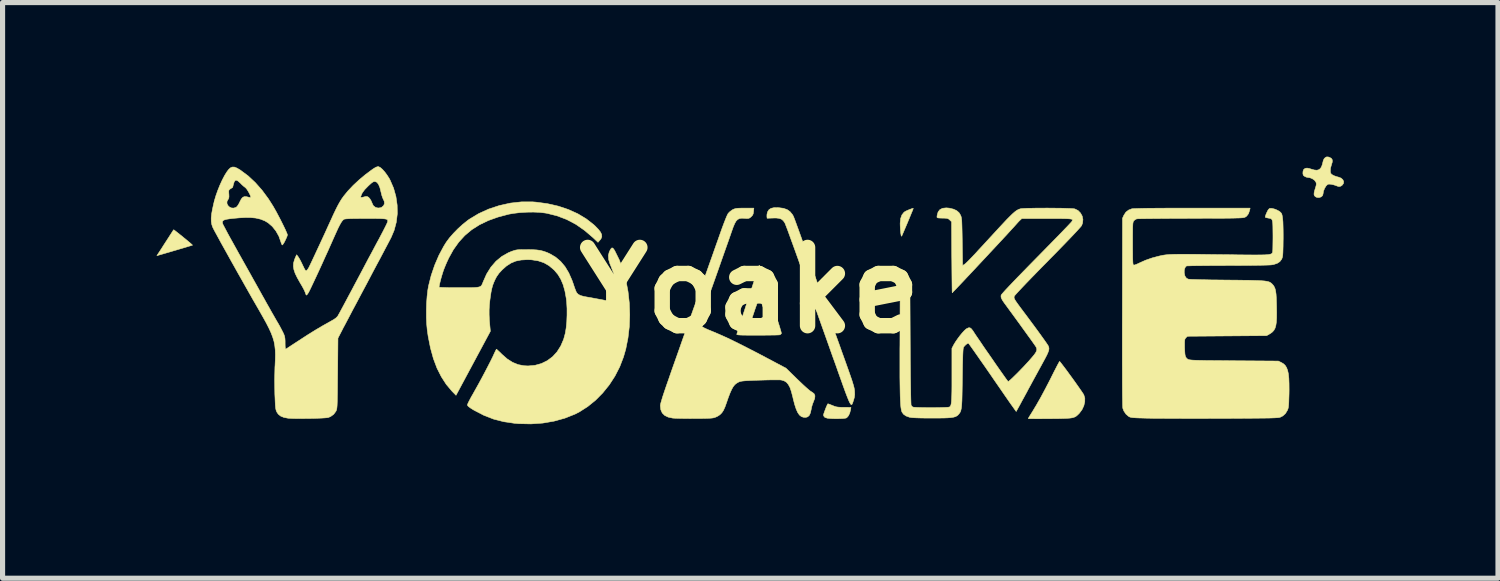
<source format=kicad_pcb>
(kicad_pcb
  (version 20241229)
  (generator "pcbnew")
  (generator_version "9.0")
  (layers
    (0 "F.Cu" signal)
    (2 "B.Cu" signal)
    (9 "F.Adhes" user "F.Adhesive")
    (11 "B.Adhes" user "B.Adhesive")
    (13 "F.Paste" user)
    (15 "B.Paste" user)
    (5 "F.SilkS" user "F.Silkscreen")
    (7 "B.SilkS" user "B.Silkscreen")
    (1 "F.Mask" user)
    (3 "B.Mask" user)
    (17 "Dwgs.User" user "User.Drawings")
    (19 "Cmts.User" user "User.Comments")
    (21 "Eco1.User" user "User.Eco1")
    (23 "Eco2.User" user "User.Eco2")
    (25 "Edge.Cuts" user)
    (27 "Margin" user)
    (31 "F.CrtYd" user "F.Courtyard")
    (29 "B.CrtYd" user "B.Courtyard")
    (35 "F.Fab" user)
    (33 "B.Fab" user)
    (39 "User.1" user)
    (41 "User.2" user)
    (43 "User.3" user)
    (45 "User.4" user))
  (footprint "Yoake"
    (layer "F.Cu")
    (at 11.551 2.603)
    (property "Reference" "Yoake" (at 0 0 0) (layer "F.SilkS") (effects (font (size 1.524 1.524) (thickness 0.3))))
    (attr through_hole)
    (fp_poly (pts (xy 3.184 -1.595) (xy 3.18 -1.584) (xy 3.168 -1.552) (xy 3.148 -1.505) (xy 3.124 -1.446) (xy 3.096 -1.378) (xy 3.066 -1.306) (xy 3.035 -1.233) (xy 3.005 -1.163) (xy 2.978 -1.1) (xy 2.961 -1.06) (xy 2.954 -1.053) (xy 2.948 -1.064) (xy 2.942 -1.097) (xy 2.938 -1.124) (xy 2.933 -1.186) (xy 2.929 -1.256) (xy 2.928 -1.308) (xy 2.937 -1.397) (xy 2.962 -1.467) (xy 3.002 -1.518) (xy 3.018 -1.53) (xy 3.043 -1.544) (xy 3.079 -1.56) (xy 3.118 -1.576) (xy 3.154 -1.589) (xy 3.178 -1.595) (xy 3.184 -1.595)) (stroke (width 0.01) (type solid)) (fill yes) (layer "F.SilkS"))
    (fp_poly (pts (xy 1.535 2.214) (xy 1.567 2.226) (xy 1.609 2.243) (xy 1.612 2.244) (xy 1.654 2.261) (xy 1.691 2.271) (xy 1.733 2.276) (xy 1.786 2.279) (xy 1.833 2.279) (xy 1.97 2.28) (xy 1.962 2.33) (xy 1.945 2.394) (xy 1.92 2.445) (xy 1.889 2.48) (xy 1.88 2.486) (xy 1.853 2.492) (xy 1.808 2.497) (xy 1.75 2.499) (xy 1.685 2.5) (xy 1.62 2.499) (xy 1.561 2.496) (xy 1.514 2.491) (xy 1.507 2.49) (xy 1.461 2.474) (xy 1.439 2.447) (xy 1.435 2.428) (xy 1.439 2.409) (xy 1.451 2.375) (xy 1.466 2.333) (xy 1.483 2.288) (xy 1.5 2.249) (xy 1.513 2.221) (xy 1.521 2.21) (xy 1.535 2.214)) (stroke (width 0.01) (type solid)) (fill yes) (layer "F.SilkS"))
    (fp_poly (pts (xy -11.209 -1.173) (xy -11.183 -1.153) (xy -11.142 -1.121) (xy -11.092 -1.081) (xy -11.034 -1.034) (xy -11.033 -1.033) (xy -10.975 -0.986) (xy -10.925 -0.944) (xy -10.886 -0.911) (xy -10.861 -0.888) (xy -10.852 -0.879) (xy -10.852 -0.879) (xy -10.864 -0.875) (xy -10.897 -0.865) (xy -10.947 -0.85) (xy -11.009 -0.831) (xy -11.081 -0.81) (xy -11.158 -0.787) (xy -11.237 -0.764) (xy -11.314 -0.741) (xy -11.384 -0.721) (xy -11.445 -0.703) (xy -11.492 -0.69) (xy -11.504 -0.686) (xy -11.546 -0.675) (xy -11.524 -0.709) (xy -11.51 -0.73) (xy -11.485 -0.768) (xy -11.451 -0.82) (xy -11.412 -0.882) (xy -11.368 -0.95) (xy -11.362 -0.959) (xy -11.32 -1.024) (xy -11.283 -1.082) (xy -11.252 -1.13) (xy -11.231 -1.163) (xy -11.22 -1.178) (xy -11.22 -1.179) (xy -11.209 -1.173)) (stroke (width 0.01) (type solid)) (fill yes) (layer "F.SilkS"))
    (fp_poly (pts (xy 6.043 1.395) (xy 6.065 1.423) (xy 6.098 1.466) (xy 6.139 1.52) (xy 6.186 1.583) (xy 6.236 1.652) (xy 6.288 1.723) (xy 6.339 1.794) (xy 6.386 1.861) (xy 6.429 1.922) (xy 6.465 1.974) (xy 6.491 2.013) (xy 6.505 2.037) (xy 6.505 2.037) (xy 6.524 2.1) (xy 6.523 2.172) (xy 6.505 2.248) (xy 6.47 2.323) (xy 6.42 2.391) (xy 6.404 2.408) (xy 6.381 2.43) (xy 6.359 2.449) (xy 6.337 2.463) (xy 6.31 2.474) (xy 6.277 2.483) (xy 6.235 2.489) (xy 6.18 2.493) (xy 6.11 2.496) (xy 6.021 2.498) (xy 5.912 2.499) (xy 5.845 2.5) (xy 5.744 2.5) (xy 5.652 2.501) (xy 5.572 2.501) (xy 5.506 2.5) (xy 5.457 2.5) (xy 5.429 2.499) (xy 5.423 2.498) (xy 5.429 2.485) (xy 5.446 2.456) (xy 5.472 2.414) (xy 5.498 2.373) (xy 5.577 2.242) (xy 5.661 2.095) (xy 5.75 1.929) (xy 5.846 1.744) (xy 5.888 1.66) (xy 5.926 1.584) (xy 5.961 1.516) (xy 5.991 1.458) (xy 6.014 1.416) (xy 6.028 1.39) (xy 6.032 1.385) (xy 6.043 1.395)) (stroke (width 0.01) (type solid)) (fill yes) (layer "F.SilkS"))
    (fp_poly (pts (xy 0.404 0.166) (xy 0.445 0.29) (xy 0.484 0.407) (xy 0.519 0.514) (xy 0.549 0.611) (xy 0.575 0.693) (xy 0.595 0.76) (xy 0.609 0.808) (xy 0.615 0.835) (xy 0.616 0.841) (xy 0.598 0.86) (xy 0.58 0.868) (xy 0.561 0.869) (xy 0.52 0.871) (xy 0.46 0.872) (xy 0.384 0.873) (xy 0.296 0.874) (xy 0.2 0.875) (xy 0.149 0.875) (xy 0.031 0.875) (xy -0.064 0.874) (xy -0.137 0.873) (xy -0.191 0.871) (xy -0.227 0.868) (xy -0.247 0.864) (xy -0.254 0.86) (xy -0.254 0.86) (xy -0.25 0.845) (xy -0.239 0.809) (xy -0.221 0.753) (xy -0.197 0.679) (xy -0.189 0.653) (xy 0.013 0.653) (xy 0.025 0.656) (xy 0.057 0.658) (xy 0.106 0.66) (xy 0.167 0.66) (xy 0.189 0.66) (xy 0.366 0.66) (xy 0.321 0.511) (xy 0.298 0.435) (xy 0.272 0.361) (xy 0.247 0.293) (xy 0.224 0.234) (xy 0.204 0.189) (xy 0.188 0.162) (xy 0.182 0.156) (xy 0.176 0.166) (xy 0.163 0.197) (xy 0.146 0.243) (xy 0.126 0.3) (xy 0.103 0.364) (xy 0.081 0.431) (xy 0.059 0.496) (xy 0.04 0.556) (xy 0.025 0.604) (xy 0.015 0.639) (xy 0.013 0.653) (xy -0.189 0.653) (xy -0.169 0.59) (xy -0.136 0.489) (xy -0.099 0.377) (xy -0.06 0.256) (xy -0.034 0.178) (xy 0.185 -0.488) (xy 0.404 0.166)) (stroke (width 0.01) (type solid)) (fill yes) (layer "F.SilkS"))
    (fp_poly (pts (xy 11.261 -2.597) (xy 11.284 -2.591) (xy 11.324 -2.57) (xy 11.343 -2.54) (xy 11.343 -2.498) (xy 11.328 -2.448) (xy 11.308 -2.378) (xy 11.304 -2.317) (xy 11.311 -2.28) (xy 11.332 -2.256) (xy 11.372 -2.233) (xy 11.428 -2.213) (xy 11.46 -2.205) (xy 11.513 -2.185) (xy 11.548 -2.154) (xy 11.565 -2.118) (xy 11.561 -2.081) (xy 11.536 -2.047) (xy 11.515 -2.032) (xy 11.492 -2.022) (xy 11.47 -2.021) (xy 11.44 -2.029) (xy 11.421 -2.037) (xy 11.373 -2.053) (xy 11.324 -2.064) (xy 11.308 -2.066) (xy 11.272 -2.068) (xy 11.248 -2.058) (xy 11.223 -2.033) (xy 11.193 -1.985) (xy 11.171 -1.928) (xy 11.163 -1.876) (xy 11.152 -1.842) (xy 11.124 -1.818) (xy 11.085 -1.806) (xy 11.043 -1.809) (xy 11.014 -1.823) (xy 10.995 -1.843) (xy 10.987 -1.87) (xy 10.991 -1.909) (xy 11.006 -1.965) (xy 11.013 -1.987) (xy 11.027 -2.034) (xy 11.032 -2.065) (xy 11.03 -2.089) (xy 11.023 -2.109) (xy 10.998 -2.143) (xy 10.956 -2.172) (xy 10.908 -2.192) (xy 10.874 -2.197) (xy 10.835 -2.204) (xy 10.798 -2.223) (xy 10.779 -2.24) (xy 10.771 -2.269) (xy 10.772 -2.308) (xy 10.781 -2.342) (xy 10.786 -2.351) (xy 10.813 -2.373) (xy 10.851 -2.38) (xy 10.903 -2.37) (xy 10.925 -2.362) (xy 10.992 -2.343) (xy 11.042 -2.338) (xy 11.081 -2.348) (xy 11.106 -2.367) (xy 11.123 -2.388) (xy 11.137 -2.415) (xy 11.15 -2.454) (xy 11.164 -2.511) (xy 11.169 -2.53) (xy 11.185 -2.563) (xy 11.207 -2.585) (xy 11.234 -2.598) (xy 11.261 -2.597)) (stroke (width 0.01) (type solid)) (fill yes) (layer "F.SilkS"))
    (fp_poly (pts (xy 0.56 -1.609) (xy 0.653 -1.597) (xy 0.726 -1.572) (xy 0.784 -1.531) (xy 0.831 -1.474) (xy 0.849 -1.441) (xy 0.857 -1.422) (xy 0.873 -1.381) (xy 0.896 -1.319) (xy 0.925 -1.239) (xy 0.961 -1.141) (xy 1.001 -1.029) (xy 1.046 -0.903) (xy 1.096 -0.765) (xy 1.148 -0.618) (xy 1.203 -0.463) (xy 1.26 -0.301) (xy 1.268 -0.279) (xy 1.33 -0.103) (xy 1.394 0.076) (xy 1.458 0.257) (xy 1.521 0.435) (xy 1.583 0.608) (xy 1.641 0.774) (xy 1.696 0.929) (xy 1.747 1.07) (xy 1.791 1.195) (xy 1.829 1.3) (xy 1.848 1.353) (xy 1.894 1.482) (xy 1.932 1.589) (xy 1.963 1.678) (xy 1.988 1.751) (xy 2.006 1.809) (xy 2.02 1.856) (xy 2.03 1.894) (xy 2.036 1.925) (xy 2.04 1.953) (xy 2.041 1.968) (xy 2.043 2.032) (xy 2.037 2.082) (xy 2.023 2.133) (xy 2.022 2.136) (xy 2.013 2.163) (xy 2.005 2.187) (xy 1.997 2.207) (xy 1.99 2.221) (xy 1.982 2.227) (xy 1.973 2.225) (xy 1.962 2.214) (xy 1.948 2.191) (xy 1.931 2.156) (xy 1.911 2.108) (xy 1.886 2.045) (xy 1.856 1.965) (xy 1.821 1.869) (xy 1.78 1.753) (xy 1.731 1.617) (xy 1.676 1.46) (xy 1.613 1.286) (xy 1.55 1.108) (xy 1.483 0.919) (xy 1.412 0.72) (xy 1.34 0.518) (xy 1.269 0.316) (xy 1.198 0.118) (xy 1.132 -0.071) (xy 1.069 -0.247) (xy 1.013 -0.405) (xy 0.988 -0.476) (xy 0.94 -0.612) (xy 0.893 -0.743) (xy 0.849 -0.865) (xy 0.808 -0.977) (xy 0.772 -1.077) (xy 0.741 -1.162) (xy 0.715 -1.23) (xy 0.696 -1.279) (xy 0.685 -1.307) (xy 0.682 -1.312) (xy 0.653 -1.355) (xy 0.618 -1.384) (xy 0.573 -1.401) (xy 0.513 -1.408) (xy 0.454 -1.407) (xy 0.337 -1.403) (xy 0.333 -1.443) (xy 0.335 -1.482) (xy 0.346 -1.525) (xy 0.348 -1.53) (xy 0.374 -1.57) (xy 0.414 -1.596) (xy 0.471 -1.609) (xy 0.547 -1.61) (xy 0.56 -1.609)) (stroke (width 0.01) (type solid)) (fill yes) (layer "F.SilkS"))
    (fp_poly (pts (xy 0.073 -1.534) (xy 0.066 -1.489) (xy 0.051 -1.458) (xy 0.025 -1.431) (xy 0.001 -1.411) (xy -0.021 -1.401) (xy -0.048 -1.398) (xy -0.09 -1.4) (xy -0.1 -1.401) (xy -0.155 -1.404) (xy -0.199 -1.398) (xy -0.235 -1.38) (xy -0.266 -1.349) (xy -0.294 -1.3) (xy -0.323 -1.232) (xy -0.346 -1.167) (xy -0.411 -0.98) (xy -0.478 -0.791) (xy -0.545 -0.601) (xy -0.61 -0.415) (xy -0.673 -0.237) (xy -0.732 -0.071) (xy -0.786 0.079) (xy -0.834 0.211) (xy -0.844 0.239) (xy -0.877 0.332) (xy -0.907 0.418) (xy -0.934 0.495) (xy -0.955 0.558) (xy -0.97 0.606) (xy -0.977 0.634) (xy -0.978 0.639) (xy -0.973 0.663) (xy -0.957 0.685) (xy -0.928 0.709) (xy -0.882 0.735) (xy -0.817 0.765) (xy -0.73 0.801) (xy -0.729 0.801) (xy -0.618 0.848) (xy -0.496 0.902) (xy -0.361 0.965) (xy -0.211 1.039) (xy -0.045 1.123) (xy 0.14 1.218) (xy 0.318 1.312) (xy 0.705 1.517) (xy 0.921 1.728) (xy 0.985 1.789) (xy 1.045 1.846) (xy 1.1 1.896) (xy 1.145 1.935) (xy 1.177 1.961) (xy 1.187 1.968) (xy 1.222 1.99) (xy 1.248 2.011) (xy 1.254 2.017) (xy 1.269 2.055) (xy 1.264 2.105) (xy 1.241 2.166) (xy 1.24 2.169) (xy 1.222 2.214) (xy 1.205 2.271) (xy 1.196 2.317) (xy 1.18 2.388) (xy 1.158 2.436) (xy 1.127 2.464) (xy 1.093 2.474) (xy 1.045 2.473) (xy 1.003 2.458) (xy 0.966 2.428) (xy 0.933 2.38) (xy 0.903 2.313) (xy 0.874 2.225) (xy 0.845 2.113) (xy 0.837 2.077) (xy 0.81 1.974) (xy 0.783 1.894) (xy 0.751 1.835) (xy 0.715 1.792) (xy 0.67 1.764) (xy 0.617 1.748) (xy 0.604 1.746) (xy 0.578 1.744) (xy 0.53 1.744) (xy 0.465 1.744) (xy 0.386 1.745) (xy 0.297 1.747) (xy 0.202 1.75) (xy 0.197 1.75) (xy 0.09 1.753) (xy 0.006 1.757) (xy -0.06 1.76) (xy -0.11 1.764) (xy -0.147 1.768) (xy -0.176 1.773) (xy -0.198 1.779) (xy -0.217 1.787) (xy -0.256 1.809) (xy -0.291 1.837) (xy -0.323 1.877) (xy -0.353 1.93) (xy -0.384 1.999) (xy -0.418 2.087) (xy -0.45 2.18) (xy -0.482 2.269) (xy -0.512 2.336) (xy -0.545 2.386) (xy -0.583 2.424) (xy -0.628 2.453) (xy -0.645 2.461) (xy -0.667 2.471) (xy -0.687 2.478) (xy -0.709 2.484) (xy -0.736 2.488) (xy -0.771 2.491) (xy -0.819 2.493) (xy -0.881 2.495) (xy -0.962 2.496) (xy -1.065 2.496) (xy -1.067 2.496) (xy -1.164 2.497) (xy -1.256 2.496) (xy -1.341 2.495) (xy -1.413 2.493) (xy -1.468 2.491) (xy -1.5 2.489) (xy -1.589 2.47) (xy -1.657 2.437) (xy -1.705 2.389) (xy -1.733 2.326) (xy -1.742 2.25) (xy -1.741 2.236) (xy -1.738 2.218) (xy -1.732 2.193) (xy -1.723 2.162) (xy -1.711 2.121) (xy -1.696 2.071) (xy -1.676 2.01) (xy -1.651 1.936) (xy -1.621 1.848) (xy -1.585 1.746) (xy -1.544 1.627) (xy -1.496 1.49) (xy -1.441 1.335) (xy -1.379 1.16) (xy -1.31 0.963) (xy -1.234 0.749) (xy -1.166 0.557) (xy -1.098 0.366) (xy -1.031 0.178) (xy -0.966 -0.005) (xy -0.904 -0.181) (xy -0.844 -0.349) (xy -0.789 -0.505) (xy -0.738 -0.648) (xy -0.693 -0.776) (xy -0.654 -0.887) (xy -0.621 -0.979) (xy -0.596 -1.05) (xy -0.59 -1.067) (xy -0.548 -1.186) (xy -0.51 -1.289) (xy -0.477 -1.374) (xy -0.451 -1.438) (xy -0.43 -1.482) (xy -0.42 -1.499) (xy -0.387 -1.532) (xy -0.344 -1.564) (xy -0.33 -1.572) (xy -0.305 -1.583) (xy -0.279 -1.591) (xy -0.248 -1.596) (xy -0.205 -1.599) (xy -0.145 -1.6) (xy -0.097 -1.6) (xy 0.079 -1.6) (xy 0.073 -1.534)) (stroke (width 0.01) (type solid)) (fill yes) (layer "F.SilkS"))
    (fp_poly (pts (xy -4.165 -1.717) (xy -3.941 -1.687) (xy -3.73 -1.639) (xy -3.533 -1.573) (xy -3.351 -1.491) (xy -3.186 -1.392) (xy -3.04 -1.278) (xy -3.012 -1.252) (xy -2.949 -1.187) (xy -2.907 -1.133) (xy -2.885 -1.086) (xy -2.882 -1.043) (xy -2.898 -1.003) (xy -2.92 -0.975) (xy -2.956 -0.934) (xy -3.053 -1.026) (xy -3.218 -1.167) (xy -3.388 -1.285) (xy -3.566 -1.379) (xy -3.753 -1.45) (xy -3.949 -1.499) (xy -3.986 -1.505) (xy -4.093 -1.518) (xy -4.215 -1.523) (xy -4.346 -1.521) (xy -4.477 -1.513) (xy -4.601 -1.498) (xy -4.694 -1.482) (xy -4.904 -1.426) (xy -5.094 -1.358) (xy -5.264 -1.276) (xy -5.415 -1.18) (xy -5.55 -1.067) (xy -5.668 -0.938) (xy -5.773 -0.79) (xy -5.865 -0.624) (xy -5.873 -0.606) (xy -5.904 -0.539) (xy -5.934 -0.468) (xy -5.96 -0.403) (xy -5.974 -0.362) (xy -5.995 -0.295) (xy -6.014 -0.229) (xy -6.03 -0.167) (xy -6.042 -0.116) (xy -6.049 -0.078) (xy -6.049 -0.06) (xy -6.049 -0.06) (xy -6.035 -0.058) (xy -6 -0.056) (xy -5.945 -0.054) (xy -5.874 -0.052) (xy -5.79 -0.051) (xy -5.697 -0.051) (xy -5.66 -0.051) (xy -5.545 -0.051) (xy -5.453 -0.051) (xy -5.381 -0.053) (xy -5.326 -0.056) (xy -5.285 -0.062) (xy -5.256 -0.07) (xy -5.235 -0.083) (xy -5.221 -0.099) (xy -5.21 -0.121) (xy -5.199 -0.148) (xy -5.195 -0.159) (xy -5.126 -0.315) (xy -5.042 -0.45) (xy -4.943 -0.565) (xy -4.831 -0.658) (xy -4.703 -0.731) (xy -4.633 -0.76) (xy -4.596 -0.772) (xy -4.563 -0.782) (xy -4.529 -0.788) (xy -4.488 -0.791) (xy -4.434 -0.793) (xy -4.362 -0.793) (xy -4.337 -0.793) (xy -4.233 -0.791) (xy -4.149 -0.786) (xy -4.077 -0.776) (xy -4.012 -0.759) (xy -3.948 -0.736) (xy -3.893 -0.711) (xy -3.782 -0.646) (xy -3.684 -0.563) (xy -3.599 -0.462) (xy -3.526 -0.341) (xy -3.463 -0.198) (xy -3.434 -0.117) (xy -3.415 -0.059) (xy -3.396 -0.008) (xy -3.38 0.03) (xy -3.372 0.046) (xy -3.342 0.078) (xy -3.296 0.102) (xy -3.231 0.12) (xy -3.193 0.127) (xy -3.154 0.134) (xy -3.095 0.144) (xy -3.021 0.158) (xy -2.939 0.173) (xy -2.853 0.189) (xy -2.835 0.193) (xy -2.755 0.208) (xy -2.684 0.22) (xy -2.625 0.229) (xy -2.582 0.235) (xy -2.559 0.237) (xy -2.556 0.237) (xy -2.554 0.221) (xy -2.555 0.185) (xy -2.559 0.134) (xy -2.566 0.073) (xy -2.574 0.008) (xy -2.584 -0.057) (xy -2.594 -0.117) (xy -2.598 -0.135) (xy -2.623 -0.236) (xy -2.659 -0.35) (xy -2.704 -0.469) (xy -2.723 -0.514) (xy -2.749 -0.6) (xy -2.754 -0.68) (xy -2.736 -0.75) (xy -2.731 -0.76) (xy -2.707 -0.804) (xy -2.687 -0.825) (xy -2.668 -0.823) (xy -2.647 -0.798) (xy -2.63 -0.771) (xy -2.542 -0.593) (xy -2.469 -0.399) (xy -2.412 -0.192) (xy -2.371 0.026) (xy -2.346 0.251) (xy -2.338 0.478) (xy -2.346 0.705) (xy -2.372 0.928) (xy -2.415 1.145) (xy -2.46 1.3) (xy -2.533 1.49) (xy -2.626 1.671) (xy -2.737 1.842) (xy -2.864 1.999) (xy -3.004 2.141) (xy -3.156 2.264) (xy -3.317 2.367) (xy -3.405 2.412) (xy -3.601 2.49) (xy -3.811 2.548) (xy -4.032 2.586) (xy -4.262 2.602) (xy -4.499 2.597) (xy -4.582 2.59) (xy -4.791 2.559) (xy -4.987 2.509) (xy -5.176 2.436) (xy -5.361 2.34) (xy -5.381 2.329) (xy -5.438 2.293) (xy -5.475 2.266) (xy -5.494 2.246) (xy -5.499 2.232) (xy -5.493 2.213) (xy -5.476 2.176) (xy -5.45 2.126) (xy -5.419 2.068) (xy -5.399 2.034) (xy -5.342 1.932) (xy -5.28 1.821) (xy -5.217 1.705) (xy -5.156 1.59) (xy -5.099 1.48) (xy -5.048 1.381) (xy -5.007 1.298) (xy -5 1.283) (xy -4.976 1.23) (xy -4.955 1.186) (xy -4.94 1.157) (xy -4.935 1.146) (xy -4.925 1.153) (xy -4.901 1.175) (xy -4.866 1.207) (xy -4.825 1.248) (xy -4.722 1.338) (xy -4.619 1.403) (xy -4.512 1.447) (xy -4.397 1.469) (xy -4.318 1.473) (xy -4.183 1.461) (xy -4.057 1.426) (xy -3.943 1.37) (xy -3.841 1.294) (xy -3.753 1.198) (xy -3.681 1.084) (xy -3.625 0.954) (xy -3.593 0.837) (xy -3.576 0.733) (xy -3.564 0.613) (xy -3.559 0.484) (xy -3.559 0.354) (xy -3.566 0.232) (xy -3.574 0.159) (xy -3.6 0.015) (xy -3.635 -0.109) (xy -3.68 -0.215) (xy -3.736 -0.308) (xy -3.807 -0.392) (xy -3.816 -0.4) (xy -3.909 -0.479) (xy -4.01 -0.537) (xy -4.122 -0.574) (xy -4.249 -0.594) (xy -4.331 -0.597) (xy -4.452 -0.59) (xy -4.557 -0.569) (xy -4.651 -0.53) (xy -4.739 -0.473) (xy -4.821 -0.4) (xy -4.884 -0.332) (xy -4.931 -0.265) (xy -4.957 -0.216) (xy -4.984 -0.156) (xy -5.006 -0.099) (xy -5.023 -0.037) (xy -5.038 0.033) (xy -5.051 0.119) (xy -5.062 0.2) (xy -5.071 0.292) (xy -5.076 0.38) (xy -5.076 0.471) (xy -5.072 0.572) (xy -5.062 0.689) (xy -5.059 0.72) (xy -5.052 0.798) (xy -5.721 2.045) (xy -5.8 1.964) (xy -5.911 1.832) (xy -6.007 1.683) (xy -6.091 1.517) (xy -6.161 1.331) (xy -6.218 1.125) (xy -6.263 0.899) (xy -6.281 0.775) (xy -6.292 0.659) (xy -6.298 0.528) (xy -6.298 0.39) (xy -6.294 0.25) (xy -6.284 0.116) (xy -6.27 -0.005) (xy -6.255 -0.089) (xy -6.204 -0.291) (xy -6.136 -0.49) (xy -6.054 -0.681) (xy -5.96 -0.857) (xy -5.909 -0.939) (xy -5.848 -1.021) (xy -5.77 -1.11) (xy -5.683 -1.199) (xy -5.591 -1.283) (xy -5.501 -1.355) (xy -5.464 -1.382) (xy -5.28 -1.493) (xy -5.082 -1.583) (xy -4.875 -1.651) (xy -4.662 -1.698) (xy -4.445 -1.722) (xy -4.229 -1.722) (xy -4.165 -1.717)) (stroke (width 0.01) (type solid)) (fill yes) (layer "F.SilkS"))
    (fp_poly (pts (xy 9.734 -1.559) (xy 9.711 -1.491) (xy 9.675 -1.444) (xy 9.649 -1.426) (xy 9.64 -1.422) (xy 9.628 -1.418) (xy 9.612 -1.415) (xy 9.59 -1.412) (xy 9.56 -1.41) (xy 9.521 -1.408) (xy 9.47 -1.407) (xy 9.407 -1.405) (xy 9.329 -1.404) (xy 9.234 -1.403) (xy 9.122 -1.403) (xy 8.99 -1.402) (xy 8.836 -1.402) (xy 8.66 -1.401) (xy 8.586 -1.401) (xy 8.426 -1.4) (xy 8.274 -1.4) (xy 8.13 -1.399) (xy 7.997 -1.398) (xy 7.877 -1.397) (xy 7.772 -1.396) (xy 7.684 -1.395) (xy 7.614 -1.394) (xy 7.565 -1.393) (xy 7.539 -1.392) (xy 7.535 -1.391) (xy 7.505 -1.377) (xy 7.481 -1.356) (xy 7.474 -1.348) (xy 7.468 -1.337) (xy 7.464 -1.322) (xy 7.46 -1.299) (xy 7.458 -1.266) (xy 7.456 -1.219) (xy 7.456 -1.157) (xy 7.455 -1.076) (xy 7.455 -0.975) (xy 7.455 -0.913) (xy 7.455 -0.798) (xy 7.456 -0.705) (xy 7.456 -0.633) (xy 7.458 -0.579) (xy 7.46 -0.54) (xy 7.463 -0.514) (xy 7.467 -0.499) (xy 7.472 -0.492) (xy 7.474 -0.491) (xy 7.493 -0.493) (xy 7.528 -0.505) (xy 7.573 -0.525) (xy 7.591 -0.534) (xy 7.705 -0.585) (xy 7.834 -0.63) (xy 7.969 -0.666) (xy 8.043 -0.682) (xy 8.07 -0.686) (xy 8.098 -0.69) (xy 8.129 -0.693) (xy 8.165 -0.696) (xy 8.207 -0.698) (xy 8.258 -0.7) (xy 8.318 -0.701) (xy 8.39 -0.702) (xy 8.475 -0.702) (xy 8.576 -0.701) (xy 8.693 -0.701) (xy 8.828 -0.699) (xy 8.984 -0.697) (xy 9.162 -0.695) (xy 9.363 -0.693) (xy 9.365 -0.693) (xy 9.527 -0.69) (xy 9.666 -0.689) (xy 9.783 -0.688) (xy 9.88 -0.688) (xy 9.96 -0.689) (xy 10.023 -0.69) (xy 10.073 -0.693) (xy 10.11 -0.697) (xy 10.137 -0.703) (xy 10.156 -0.71) (xy 10.168 -0.718) (xy 10.175 -0.728) (xy 10.18 -0.74) (xy 10.18 -0.74) (xy 10.183 -0.76) (xy 10.185 -0.802) (xy 10.186 -0.861) (xy 10.187 -0.934) (xy 10.188 -1.016) (xy 10.188 -1.066) (xy 10.187 -1.165) (xy 10.186 -1.243) (xy 10.184 -1.3) (xy 10.179 -1.342) (xy 10.171 -1.37) (xy 10.16 -1.387) (xy 10.144 -1.397) (xy 10.123 -1.402) (xy 10.098 -1.406) (xy 10.064 -1.413) (xy 10.041 -1.421) (xy 10.038 -1.424) (xy 10.04 -1.44) (xy 10.05 -1.473) (xy 10.066 -1.511) (xy 10.091 -1.561) (xy 10.114 -1.588) (xy 10.129 -1.595) (xy 10.165 -1.595) (xy 10.213 -1.584) (xy 10.264 -1.564) (xy 10.309 -1.54) (xy 10.328 -1.525) (xy 10.346 -1.507) (xy 10.359 -1.486) (xy 10.367 -1.456) (xy 10.374 -1.412) (xy 10.378 -1.378) (xy 10.382 -1.331) (xy 10.384 -1.265) (xy 10.386 -1.184) (xy 10.387 -1.094) (xy 10.387 -1.001) (xy 10.386 -0.959) (xy 10.385 -0.862) (xy 10.383 -0.786) (xy 10.381 -0.729) (xy 10.378 -0.687) (xy 10.374 -0.657) (xy 10.368 -0.634) (xy 10.361 -0.615) (xy 10.356 -0.604) (xy 10.321 -0.558) (xy 10.27 -0.525) (xy 10.2 -0.502) (xy 10.158 -0.495) (xy 10.131 -0.493) (xy 10.081 -0.491) (xy 10.01 -0.489) (xy 9.922 -0.487) (xy 9.818 -0.486) (xy 9.701 -0.484) (xy 9.574 -0.484) (xy 9.439 -0.483) (xy 9.297 -0.483) (xy 9.296 -0.483) (xy 9.158 -0.482) (xy 9.026 -0.482) (xy 8.905 -0.481) (xy 8.795 -0.48) (xy 8.699 -0.479) (xy 8.62 -0.478) (xy 8.559 -0.476) (xy 8.519 -0.475) (xy 8.502 -0.473) (xy 8.501 -0.473) (xy 8.476 -0.442) (xy 8.461 -0.395) (xy 8.46 -0.34) (xy 8.472 -0.284) (xy 8.476 -0.274) (xy 8.502 -0.237) (xy 8.536 -0.218) (xy 8.559 -0.215) (xy 8.605 -0.212) (xy 8.674 -0.21) (xy 8.764 -0.207) (xy 8.874 -0.205) (xy 9.002 -0.202) (xy 9.147 -0.201) (xy 9.296 -0.199) (xy 9.46 -0.198) (xy 9.6 -0.196) (xy 9.718 -0.195) (xy 9.818 -0.192) (xy 9.899 -0.19) (xy 9.966 -0.186) (xy 10.019 -0.182) (xy 10.061 -0.176) (xy 10.093 -0.169) (xy 10.118 -0.161) (xy 10.138 -0.15) (xy 10.155 -0.138) (xy 10.17 -0.124) (xy 10.176 -0.118) (xy 10.199 -0.091) (xy 10.216 -0.062) (xy 10.23 -0.027) (xy 10.24 0.017) (xy 10.248 0.073) (xy 10.253 0.147) (xy 10.256 0.239) (xy 10.258 0.311) (xy 10.26 0.435) (xy 10.259 0.537) (xy 10.254 0.62) (xy 10.244 0.685) (xy 10.229 0.737) (xy 10.207 0.778) (xy 10.179 0.81) (xy 10.144 0.837) (xy 10.121 0.851) (xy 10.065 0.883) (xy 9.294 0.889) (xy 8.522 0.895) (xy 8.493 0.924) (xy 8.481 0.938) (xy 8.473 0.953) (xy 8.469 0.976) (xy 8.467 1.01) (xy 8.467 1.06) (xy 8.467 1.112) (xy 8.47 1.188) (xy 8.474 1.242) (xy 8.481 1.281) (xy 8.494 1.308) (xy 8.512 1.329) (xy 8.531 1.343) (xy 8.539 1.347) (xy 8.551 1.351) (xy 8.567 1.354) (xy 8.591 1.357) (xy 8.623 1.36) (xy 8.666 1.362) (xy 8.721 1.364) (xy 8.79 1.365) (xy 8.876 1.367) (xy 8.979 1.368) (xy 9.103 1.369) (xy 9.248 1.37) (xy 9.416 1.372) (xy 9.429 1.372) (xy 10.293 1.378) (xy 10.354 1.408) (xy 10.394 1.432) (xy 10.427 1.464) (xy 10.453 1.506) (xy 10.473 1.559) (xy 10.488 1.627) (xy 10.497 1.711) (xy 10.501 1.815) (xy 10.502 1.94) (xy 10.501 2.017) (xy 10.498 2.108) (xy 10.496 2.177) (xy 10.493 2.229) (xy 10.489 2.267) (xy 10.484 2.296) (xy 10.476 2.32) (xy 10.469 2.337) (xy 10.43 2.401) (xy 10.38 2.446) (xy 10.333 2.47) (xy 10.323 2.474) (xy 10.307 2.477) (xy 10.287 2.48) (xy 10.258 2.482) (xy 10.221 2.484) (xy 10.172 2.486) (xy 10.112 2.488) (xy 10.037 2.489) (xy 9.947 2.49) (xy 9.84 2.491) (xy 9.714 2.492) (xy 9.568 2.493) (xy 9.4 2.494) (xy 9.208 2.495) (xy 9.178 2.495) (xy 9.003 2.495) (xy 8.829 2.496) (xy 8.658 2.496) (xy 8.494 2.496) (xy 8.337 2.495) (xy 8.192 2.495) (xy 8.061 2.494) (xy 7.946 2.493) (xy 7.85 2.493) (xy 7.775 2.491) (xy 7.747 2.491) (xy 7.647 2.488) (xy 7.569 2.486) (xy 7.509 2.483) (xy 7.465 2.48) (xy 7.433 2.476) (xy 7.41 2.471) (xy 7.392 2.464) (xy 7.379 2.457) (xy 7.326 2.412) (xy 7.284 2.35) (xy 7.264 2.298) (xy 7.262 2.277) (xy 7.26 2.231) (xy 7.259 2.16) (xy 7.257 2.063) (xy 7.256 1.942) (xy 7.255 1.796) (xy 7.255 1.624) (xy 7.254 1.428) (xy 7.254 1.208) (xy 7.254 0.962) (xy 7.254 0.692) (xy 7.255 0.423) (xy 7.258 -1.403) (xy 7.285 -1.462) (xy 7.324 -1.522) (xy 7.379 -1.564) (xy 7.436 -1.586) (xy 7.456 -1.589) (xy 7.496 -1.591) (xy 7.556 -1.593) (xy 7.637 -1.595) (xy 7.74 -1.597) (xy 7.865 -1.598) (xy 8.013 -1.599) (xy 8.184 -1.6) (xy 8.38 -1.6) (xy 8.6 -1.6) (xy 8.615 -1.6) (xy 9.743 -1.6) (xy 9.734 -1.559)) (stroke (width 0.01) (type solid)) (fill yes) (layer "F.SilkS"))
    (fp_poly (pts (xy 3.884 -1.6) (xy 3.967 -1.58) (xy 4.029 -1.551) (xy 4.075 -1.511) (xy 4.1 -1.47) (xy 4.108 -1.454) (xy 4.114 -1.438) (xy 4.119 -1.418) (xy 4.123 -1.394) (xy 4.127 -1.361) (xy 4.129 -1.317) (xy 4.131 -1.259) (xy 4.133 -1.185) (xy 4.135 -1.092) (xy 4.137 -0.976) (xy 4.137 -0.947) (xy 4.144 -0.483) (xy 4.181 -0.505) (xy 4.201 -0.521) (xy 4.234 -0.552) (xy 4.278 -0.596) (xy 4.33 -0.65) (xy 4.386 -0.709) (xy 4.4 -0.724) (xy 4.457 -0.787) (xy 4.528 -0.863) (xy 4.607 -0.949) (xy 4.69 -1.039) (xy 4.773 -1.129) (xy 4.85 -1.213) (xy 4.937 -1.306) (xy 5.008 -1.382) (xy 5.068 -1.442) (xy 5.116 -1.489) (xy 5.157 -1.525) (xy 5.191 -1.551) (xy 5.222 -1.569) (xy 5.251 -1.581) (xy 5.269 -1.587) (xy 5.296 -1.591) (xy 5.344 -1.594) (xy 5.41 -1.597) (xy 5.491 -1.598) (xy 5.583 -1.6) (xy 5.683 -1.6) (xy 5.787 -1.601) (xy 5.891 -1.6) (xy 5.992 -1.599) (xy 6.086 -1.598) (xy 6.17 -1.595) (xy 6.24 -1.593) (xy 6.292 -1.59) (xy 6.324 -1.586) (xy 6.329 -1.585) (xy 6.392 -1.554) (xy 6.44 -1.505) (xy 6.473 -1.445) (xy 6.487 -1.378) (xy 6.48 -1.309) (xy 6.461 -1.259) (xy 6.447 -1.241) (xy 6.416 -1.206) (xy 6.37 -1.155) (xy 6.31 -1.091) (xy 6.237 -1.014) (xy 6.153 -0.927) (xy 6.058 -0.829) (xy 5.955 -0.723) (xy 5.843 -0.61) (xy 5.795 -0.56) (xy 5.674 -0.438) (xy 5.563 -0.324) (xy 5.463 -0.221) (xy 5.375 -0.13) (xy 5.3 -0.051) (xy 5.239 0.014) (xy 5.193 0.064) (xy 5.163 0.098) (xy 5.15 0.116) (xy 5.149 0.118) (xy 5.147 0.133) (xy 5.147 0.148) (xy 5.153 0.166) (xy 5.166 0.19) (xy 5.187 0.223) (xy 5.219 0.268) (xy 5.262 0.327) (xy 5.319 0.403) (xy 5.322 0.407) (xy 5.406 0.519) (xy 5.486 0.627) (xy 5.561 0.728) (xy 5.629 0.821) (xy 5.688 0.903) (xy 5.738 0.973) (xy 5.776 1.027) (xy 5.802 1.066) (xy 5.812 1.082) (xy 5.822 1.108) (xy 5.826 1.135) (xy 5.822 1.167) (xy 5.808 1.208) (xy 5.785 1.26) (xy 5.75 1.327) (xy 5.711 1.399) (xy 5.678 1.46) (xy 5.635 1.538) (xy 5.585 1.63) (xy 5.53 1.73) (xy 5.474 1.834) (xy 5.418 1.936) (xy 5.398 1.975) (xy 5.349 2.065) (xy 5.304 2.147) (xy 5.265 2.22) (xy 5.232 2.28) (xy 5.207 2.325) (xy 5.192 2.353) (xy 5.188 2.36) (xy 5.18 2.35) (xy 5.16 2.322) (xy 5.127 2.275) (xy 5.083 2.214) (xy 5.03 2.138) (xy 4.969 2.05) (xy 4.901 1.951) (xy 4.827 1.844) (xy 4.748 1.73) (xy 4.725 1.696) (xy 4.645 1.58) (xy 4.569 1.47) (xy 4.498 1.369) (xy 4.434 1.277) (xy 4.378 1.197) (xy 4.331 1.131) (xy 4.294 1.079) (xy 4.269 1.045) (xy 4.256 1.029) (xy 4.255 1.029) (xy 4.236 1.037) (xy 4.208 1.058) (xy 4.181 1.085) (xy 4.162 1.109) (xy 4.158 1.124) (xy 4.154 1.153) (xy 4.151 1.199) (xy 4.148 1.263) (xy 4.146 1.346) (xy 4.143 1.45) (xy 4.141 1.577) (xy 4.139 1.708) (xy 4.137 1.851) (xy 4.135 1.971) (xy 4.133 2.071) (xy 4.131 2.152) (xy 4.127 2.217) (xy 4.123 2.268) (xy 4.117 2.308) (xy 4.11 2.339) (xy 4.102 2.363) (xy 4.091 2.383) (xy 4.079 2.4) (xy 4.069 2.412) (xy 4.05 2.433) (xy 4.027 2.449) (xy 4 2.462) (xy 3.963 2.472) (xy 3.916 2.479) (xy 3.855 2.484) (xy 3.777 2.487) (xy 3.68 2.488) (xy 3.561 2.488) (xy 3.538 2.488) (xy 3.407 2.488) (xy 3.301 2.486) (xy 3.218 2.483) (xy 3.157 2.479) (xy 3.118 2.473) (xy 3.11 2.472) (xy 3.042 2.447) (xy 2.994 2.414) (xy 2.964 2.372) (xy 2.956 2.35) (xy 2.949 2.319) (xy 2.942 2.275) (xy 2.937 2.219) (xy 2.933 2.148) (xy 2.929 2.061) (xy 2.927 1.958) (xy 2.925 1.836) (xy 2.923 1.694) (xy 2.923 1.531) (xy 2.923 1.346) (xy 2.923 1.138) (xy 2.924 1.067) (xy 2.927 0.197) (xy 2.956 0.129) (xy 2.977 0.087) (xy 3.006 0.033) (xy 3.039 -0.023) (xy 3.051 -0.042) (xy 3.118 -0.146) (xy 3.124 1.035) (xy 3.125 1.207) (xy 3.126 1.371) (xy 3.128 1.527) (xy 3.129 1.672) (xy 3.131 1.804) (xy 3.133 1.923) (xy 3.134 2.025) (xy 3.136 2.109) (xy 3.138 2.174) (xy 3.14 2.218) (xy 3.141 2.238) (xy 3.142 2.239) (xy 3.162 2.264) (xy 3.175 2.273) (xy 3.194 2.277) (xy 3.235 2.28) (xy 3.292 2.282) (xy 3.362 2.284) (xy 3.441 2.285) (xy 3.525 2.285) (xy 3.609 2.285) (xy 3.689 2.284) (xy 3.76 2.282) (xy 3.82 2.28) (xy 3.863 2.277) (xy 3.886 2.273) (xy 3.887 2.273) (xy 3.898 2.265) (xy 3.908 2.253) (xy 3.916 2.234) (xy 3.922 2.207) (xy 3.927 2.169) (xy 3.93 2.118) (xy 3.933 2.052) (xy 3.935 1.968) (xy 3.936 1.865) (xy 3.936 1.74) (xy 3.936 1.654) (xy 3.936 1.129) (xy 3.975 1.055) (xy 4.006 1.004) (xy 4.046 0.946) (xy 4.09 0.887) (xy 4.135 0.832) (xy 4.177 0.786) (xy 4.211 0.755) (xy 4.22 0.749) (xy 4.257 0.731) (xy 4.287 0.73) (xy 4.314 0.749) (xy 4.345 0.788) (xy 4.355 0.804) (xy 4.375 0.835) (xy 4.406 0.882) (xy 4.447 0.942) (xy 4.495 1.012) (xy 4.548 1.091) (xy 4.606 1.175) (xy 4.667 1.262) (xy 4.728 1.35) (xy 4.787 1.436) (xy 4.844 1.518) (xy 4.897 1.593) (xy 4.943 1.658) (xy 4.981 1.712) (xy 5.01 1.751) (xy 5.027 1.773) (xy 5.031 1.778) (xy 5.045 1.769) (xy 5.074 1.745) (xy 5.115 1.707) (xy 5.164 1.659) (xy 5.22 1.604) (xy 5.278 1.544) (xy 5.337 1.483) (xy 5.393 1.422) (xy 5.432 1.38) (xy 5.493 1.31) (xy 5.538 1.256) (xy 5.568 1.213) (xy 5.585 1.179) (xy 5.589 1.149) (xy 5.584 1.122) (xy 5.568 1.093) (xy 5.558 1.078) (xy 5.538 1.05) (xy 5.506 1.004) (xy 5.463 0.944) (xy 5.412 0.874) (xy 5.356 0.796) (xy 5.296 0.713) (xy 5.236 0.63) (xy 5.177 0.549) (xy 5.122 0.473) (xy 5.073 0.407) (xy 5.033 0.352) (xy 5.004 0.312) (xy 5.003 0.311) (xy 4.956 0.247) (xy 4.923 0.199) (xy 4.903 0.162) (xy 4.893 0.134) (xy 4.892 0.11) (xy 4.895 0.094) (xy 4.906 0.078) (xy 4.935 0.044) (xy 4.981 -0.007) (xy 5.044 -0.074) (xy 5.124 -0.158) (xy 5.22 -0.258) (xy 5.333 -0.374) (xy 5.461 -0.505) (xy 5.579 -0.625) (xy 5.688 -0.736) (xy 5.791 -0.841) (xy 5.888 -0.94) (xy 5.978 -1.032) (xy 6.058 -1.114) (xy 6.127 -1.186) (xy 6.185 -1.246) (xy 6.228 -1.292) (xy 6.257 -1.323) (xy 6.27 -1.337) (xy 6.27 -1.338) (xy 6.278 -1.353) (xy 6.283 -1.365) (xy 6.283 -1.374) (xy 6.275 -1.382) (xy 6.258 -1.387) (xy 6.228 -1.391) (xy 6.185 -1.394) (xy 6.126 -1.396) (xy 6.048 -1.397) (xy 5.949 -1.397) (xy 5.829 -1.397) (xy 5.792 -1.397) (xy 5.297 -1.397) (xy 5.266 -1.368) (xy 5.241 -1.344) (xy 5.208 -1.308) (xy 5.173 -1.269) (xy 5.149 -1.242) (xy 5.111 -1.201) (xy 5.061 -1.146) (xy 5.001 -1.08) (xy 4.931 -1.005) (xy 4.854 -0.922) (xy 4.771 -0.833) (xy 4.684 -0.74) (xy 4.595 -0.644) (xy 4.505 -0.548) (xy 4.417 -0.454) (xy 4.331 -0.362) (xy 4.249 -0.275) (xy 4.174 -0.195) (xy 4.106 -0.123) (xy 4.048 -0.062) (xy 4.001 -0.012) (xy 3.966 0.023) (xy 3.947 0.044) (xy 3.942 0.047) (xy 3.941 0.034) (xy 3.94 -0.002) (xy 3.939 -0.059) (xy 3.938 -0.134) (xy 3.937 -0.226) (xy 3.936 -0.331) (xy 3.935 -0.448) (xy 3.934 -0.573) (xy 3.933 -0.646) (xy 3.929 -1.335) (xy 3.894 -1.369) (xy 3.871 -1.389) (xy 3.845 -1.4) (xy 3.806 -1.404) (xy 3.781 -1.405) (xy 3.72 -1.406) (xy 3.68 -1.408) (xy 3.656 -1.412) (xy 3.646 -1.42) (xy 3.645 -1.434) (xy 3.648 -1.455) (xy 3.649 -1.463) (xy 3.667 -1.526) (xy 3.702 -1.571) (xy 3.754 -1.597) (xy 3.824 -1.605) (xy 3.884 -1.6)) (stroke (width 0.01) (type solid)) (fill yes) (layer "F.SilkS"))
    (fp_poly (pts (xy -7.227 -2.407) (xy -7.194 -2.39) (xy -7.154 -2.355) (xy -7.11 -2.306) (xy -7.066 -2.247) (xy -7.024 -2.182) (xy -7.005 -2.147) (xy -6.937 -1.99) (xy -6.891 -1.826) (xy -6.867 -1.658) (xy -6.864 -1.491) (xy -6.884 -1.326) (xy -6.926 -1.168) (xy -6.982 -1.035) (xy -6.995 -1.009) (xy -7.019 -0.963) (xy -7.053 -0.898) (xy -7.096 -0.817) (xy -7.146 -0.722) (xy -7.203 -0.614) (xy -7.266 -0.497) (xy -7.333 -0.371) (xy -7.403 -0.238) (xy -7.458 -0.133) (xy -7.531 0.003) (xy -7.602 0.137) (xy -7.669 0.264) (xy -7.733 0.383) (xy -7.79 0.492) (xy -7.841 0.589) (xy -7.885 0.672) (xy -7.92 0.737) (xy -7.944 0.785) (xy -7.955 0.806) (xy -8.02 0.932) (xy -8.026 1.619) (xy -8.028 1.768) (xy -8.029 1.894) (xy -8.03 1.999) (xy -8.032 2.085) (xy -8.033 2.155) (xy -8.035 2.21) (xy -8.037 2.252) (xy -8.04 2.284) (xy -8.043 2.307) (xy -8.047 2.325) (xy -8.052 2.339) (xy -8.057 2.351) (xy -8.061 2.358) (xy -8.103 2.415) (xy -8.161 2.457) (xy -8.204 2.476) (xy -8.23 2.481) (xy -8.277 2.485) (xy -8.341 2.489) (xy -8.418 2.492) (xy -8.504 2.495) (xy -8.594 2.496) (xy -8.686 2.497) (xy -8.774 2.498) (xy -8.854 2.497) (xy -8.923 2.495) (xy -8.976 2.492) (xy -8.992 2.491) (xy -9.074 2.475) (xy -9.137 2.449) (xy -9.183 2.411) (xy -9.207 2.376) (xy -9.217 2.356) (xy -9.224 2.337) (xy -9.23 2.313) (xy -9.235 2.281) (xy -9.239 2.238) (xy -9.242 2.181) (xy -9.245 2.104) (xy -9.249 2.02) (xy -9.253 1.745) (xy -9.247 1.492) (xy -9.245 1.468) (xy -9.24 1.353) (xy -9.238 1.252) (xy -9.241 1.162) (xy -9.25 1.078) (xy -9.265 0.997) (xy -9.289 0.917) (xy -9.321 0.832) (xy -9.363 0.74) (xy -9.415 0.638) (xy -9.48 0.521) (xy -9.552 0.394) (xy -9.613 0.288) (xy -9.679 0.174) (xy -9.748 0.052) (xy -9.82 -0.075) (xy -9.893 -0.205) (xy -9.967 -0.335) (xy -10.039 -0.464) (xy -10.11 -0.59) (xy -10.177 -0.711) (xy -10.24 -0.824) (xy -10.298 -0.928) (xy -10.348 -1.02) (xy -10.391 -1.099) (xy -10.425 -1.161) (xy -10.448 -1.206) (xy -10.46 -1.231) (xy -10.461 -1.232) (xy -10.478 -1.285) (xy -10.487 -1.343) (xy -10.488 -1.409) (xy -10.48 -1.488) (xy -10.463 -1.582) (xy -10.438 -1.696) (xy -10.43 -1.726) (xy -10.182 -1.726) (xy -10.18 -1.686) (xy -10.162 -1.65) (xy -10.132 -1.621) (xy -10.092 -1.603) (xy -10.048 -1.601) (xy -10.004 -1.616) (xy -9.996 -1.621) (xy -9.976 -1.643) (xy -9.952 -1.68) (xy -9.931 -1.722) (xy -9.902 -1.778) (xy -9.872 -1.812) (xy -9.838 -1.825) (xy -9.796 -1.822) (xy -9.778 -1.817) (xy -9.744 -1.809) (xy -9.723 -1.807) (xy -9.719 -1.808) (xy -9.719 -1.824) (xy -9.73 -1.855) (xy -9.749 -1.894) (xy -9.772 -1.934) (xy -9.796 -1.971) (xy -9.818 -1.996) (xy -9.825 -2.002) (xy -9.854 -2.024) (xy -9.89 -2.056) (xy -9.919 -2.086) (xy -9.963 -2.126) (xy -9.996 -2.144) (xy -10.022 -2.139) (xy -10.041 -2.11) (xy -10.057 -2.059) (xy -10.065 -2.025) (xy -10.071 -2.005) (xy -10.073 -2.002) (xy -10.086 -1.994) (xy -10.111 -1.978) (xy -10.114 -1.976) (xy -10.134 -1.962) (xy -10.144 -1.947) (xy -10.147 -1.922) (xy -10.145 -1.882) (xy -10.144 -1.874) (xy -10.142 -1.826) (xy -10.146 -1.795) (xy -10.157 -1.772) (xy -10.162 -1.766) (xy -10.182 -1.726) (xy -10.43 -1.726) (xy -10.426 -1.744) (xy -10.397 -1.842) (xy -10.36 -1.946) (xy -10.318 -2.05) (xy -10.273 -2.148) (xy -10.227 -2.236) (xy -10.182 -2.308) (xy -10.152 -2.348) (xy -10.116 -2.383) (xy -10.079 -2.4) (xy -10.038 -2.4) (xy -9.989 -2.381) (xy -9.927 -2.345) (xy -9.917 -2.338) (xy -9.768 -2.227) (xy -9.63 -2.098) (xy -9.499 -1.95) (xy -9.374 -1.781) (xy -9.285 -1.641) (xy -9.254 -1.587) (xy -9.218 -1.523) (xy -9.18 -1.451) (xy -9.141 -1.377) (xy -9.104 -1.303) (xy -9.07 -1.234) (xy -9.041 -1.173) (xy -9.02 -1.124) (xy -9.007 -1.092) (xy -9.004 -1.081) (xy -9.009 -1.058) (xy -9.023 -1.023) (xy -9.042 -0.982) (xy -9.062 -0.941) (xy -9.082 -0.908) (xy -9.098 -0.886) (xy -9.105 -0.882) (xy -9.116 -0.899) (xy -9.128 -0.93) (xy -9.132 -0.944) (xy -9.171 -1.054) (xy -9.228 -1.155) (xy -9.298 -1.243) (xy -9.379 -1.313) (xy -9.442 -1.351) (xy -9.527 -1.385) (xy -9.621 -1.407) (xy -9.728 -1.417) (xy -9.851 -1.416) (xy -9.938 -1.411) (xy -10.042 -1.402) (xy -10.123 -1.393) (xy -10.183 -1.384) (xy -10.226 -1.373) (xy -10.253 -1.36) (xy -10.267 -1.344) (xy -10.27 -1.324) (xy -10.265 -1.299) (xy -10.263 -1.292) (xy -10.254 -1.272) (xy -10.233 -1.233) (xy -10.203 -1.176) (xy -10.165 -1.104) (xy -10.119 -1.02) (xy -10.067 -0.927) (xy -10.011 -0.826) (xy -9.968 -0.748) (xy -9.899 -0.625) (xy -9.825 -0.493) (xy -9.748 -0.356) (xy -9.673 -0.221) (xy -9.6 -0.091) (xy -9.534 0.028) (xy -9.477 0.13) (xy -9.471 0.14) (xy -9.418 0.236) (xy -9.365 0.329) (xy -9.316 0.417) (xy -9.271 0.495) (xy -9.234 0.56) (xy -9.206 0.609) (xy -9.193 0.63) (xy -9.159 0.689) (xy -9.125 0.753) (xy -9.096 0.809) (xy -9.09 0.821) (xy -9.07 0.865) (xy -9.058 0.901) (xy -9.052 0.939) (xy -9.049 0.987) (xy -9.049 1.031) (xy -9.048 1.091) (xy -9.044 1.13) (xy -9.038 1.146) (xy -9.036 1.145) (xy -9.022 1.137) (xy -8.99 1.116) (xy -8.943 1.085) (xy -8.885 1.047) (xy -8.819 1.004) (xy -8.788 0.984) (xy -8.616 0.872) (xy -8.46 0.775) (xy -8.316 0.69) (xy -8.182 0.615) (xy -8.163 0.604) (xy -8.098 0.567) (xy -8.054 0.535) (xy -8.025 0.504) (xy -8.021 0.498) (xy -8.01 0.477) (xy -7.987 0.437) (xy -7.956 0.379) (xy -7.916 0.305) (xy -7.87 0.219) (xy -7.818 0.121) (xy -7.761 0.015) (xy -7.702 -0.097) (xy -7.689 -0.121) (xy -7.623 -0.245) (xy -7.555 -0.373) (xy -7.487 -0.502) (xy -7.421 -0.627) (xy -7.358 -0.743) (xy -7.302 -0.849) (xy -7.254 -0.939) (xy -7.223 -0.995) (xy -7.18 -1.077) (xy -7.14 -1.153) (xy -7.106 -1.22) (xy -7.079 -1.274) (xy -7.061 -1.313) (xy -7.053 -1.333) (xy -7.05 -1.35) (xy -7.052 -1.365) (xy -7.059 -1.376) (xy -7.075 -1.384) (xy -7.103 -1.39) (xy -7.144 -1.394) (xy -7.2 -1.397) (xy -7.276 -1.398) (xy -7.372 -1.399) (xy -7.479 -1.399) (xy -7.609 -1.398) (xy -7.716 -1.397) (xy -7.799 -1.395) (xy -7.858 -1.391) (xy -7.891 -1.387) (xy -7.898 -1.385) (xy -7.918 -1.371) (xy -7.938 -1.349) (xy -7.96 -1.317) (xy -7.986 -1.271) (xy -8.017 -1.21) (xy -8.054 -1.129) (xy -8.095 -1.038) (xy -8.155 -0.903) (xy -8.215 -0.768) (xy -8.275 -0.637) (xy -8.332 -0.51) (xy -8.387 -0.39) (xy -8.438 -0.28) (xy -8.484 -0.182) (xy -8.524 -0.097) (xy -8.557 -0.028) (xy -8.582 0.022) (xy -8.598 0.052) (xy -8.601 0.056) (xy -8.622 0.085) (xy -8.634 0.094) (xy -8.641 0.087) (xy -8.643 0.082) (xy -8.657 0.043) (xy -8.672 0.006) (xy -8.693 -0.035) (xy -8.721 -0.086) (xy -8.759 -0.15) (xy -8.814 -0.248) (xy -8.854 -0.331) (xy -8.878 -0.403) (xy -8.888 -0.468) (xy -8.885 -0.529) (xy -8.868 -0.591) (xy -8.853 -0.63) (xy -8.825 -0.692) (xy -8.799 -0.66) (xy -8.783 -0.635) (xy -8.759 -0.594) (xy -8.733 -0.543) (xy -8.719 -0.514) (xy -8.695 -0.464) (xy -8.676 -0.425) (xy -8.661 -0.398) (xy -8.646 -0.384) (xy -8.631 -0.384) (xy -8.614 -0.401) (xy -8.592 -0.434) (xy -8.566 -0.486) (xy -8.532 -0.557) (xy -8.489 -0.649) (xy -8.465 -0.7) (xy -8.418 -0.801) (xy -8.369 -0.906) (xy -8.321 -1.01) (xy -8.276 -1.107) (xy -8.237 -1.193) (xy -8.208 -1.257) (xy -8.152 -1.379) (xy -8.106 -1.48) (xy -8.066 -1.564) (xy -8.031 -1.634) (xy -8 -1.691) (xy -7.971 -1.741) (xy -7.943 -1.785) (xy -7.921 -1.815) (xy -7.578 -1.815) (xy -7.578 -1.808) (xy -7.564 -1.808) (xy -7.533 -1.813) (xy -7.514 -1.818) (xy -7.476 -1.827) (xy -7.452 -1.826) (xy -7.43 -1.815) (xy -7.422 -1.809) (xy -7.398 -1.782) (xy -7.374 -1.743) (xy -7.366 -1.723) (xy -7.349 -1.684) (xy -7.333 -1.652) (xy -7.326 -1.643) (xy -7.287 -1.614) (xy -7.238 -1.602) (xy -7.188 -1.608) (xy -7.171 -1.615) (xy -7.131 -1.648) (xy -7.114 -1.689) (xy -7.12 -1.738) (xy -7.136 -1.77) (xy -7.15 -1.802) (xy -7.166 -1.849) (xy -7.179 -1.903) (xy -7.181 -1.91) (xy -7.203 -1.999) (xy -7.23 -2.063) (xy -7.261 -2.103) (xy -7.297 -2.118) (xy -7.317 -2.118) (xy -7.338 -2.109) (xy -7.366 -2.09) (xy -7.403 -2.057) (xy -7.433 -2.029) (xy -7.499 -1.961) (xy -7.543 -1.902) (xy -7.557 -1.875) (xy -7.571 -1.84) (xy -7.578 -1.815) (xy -7.921 -1.815) (xy -7.914 -1.826) (xy -7.911 -1.83) (xy -7.826 -1.934) (xy -7.723 -2.043) (xy -7.607 -2.151) (xy -7.484 -2.254) (xy -7.359 -2.347) (xy -7.335 -2.364) (xy -7.288 -2.393) (xy -7.255 -2.406) (xy -7.229 -2.408) (xy -7.227 -2.407)) (stroke (width 0.01) (type solid)) (fill yes) (layer "F.SilkS")))
  (gr_rect
    (start -3 -3)
    (end 26.121 8.21)
    (stroke (width 0.1) (type default))
    (fill no)
    (layer "Edge.Cuts")))
</source>
